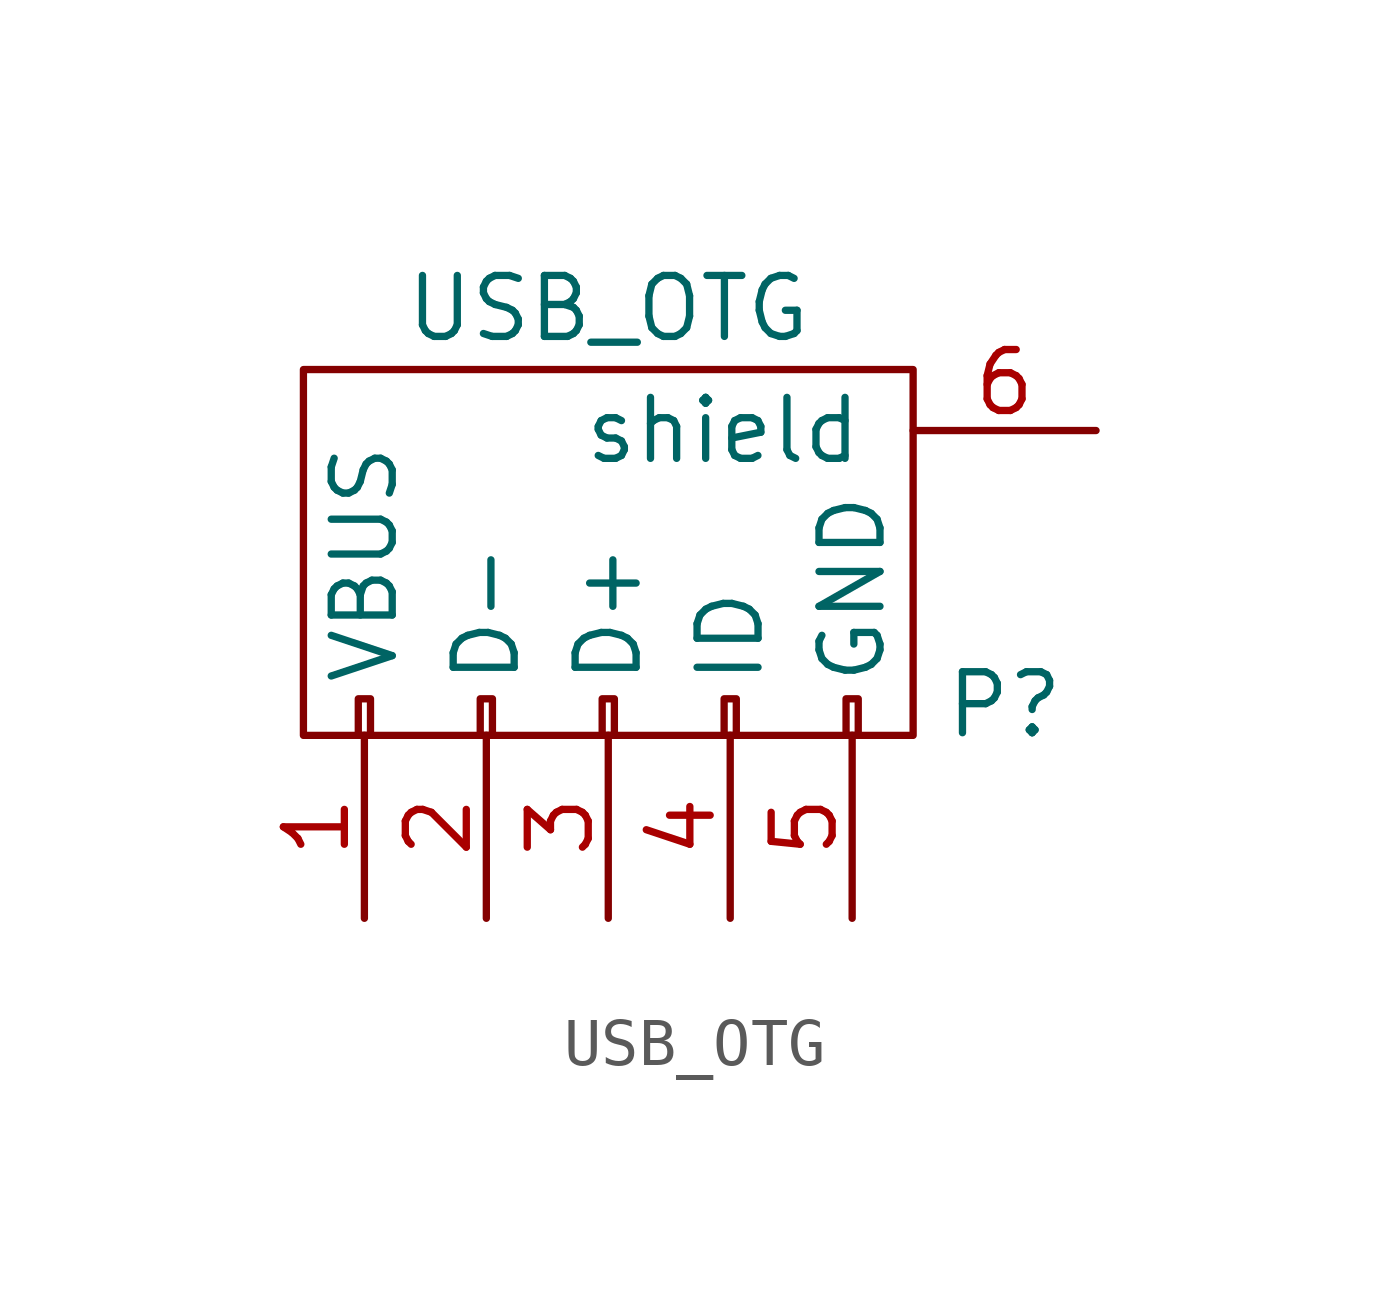
<source format=kicad_sym>
(kicad_symbol_lib
  (version 20211014)
  (generator kicad_symbol_editor)
  (symbol "USB_OTG"
    (pin_names
      (offset 1.016))
    (property "Reference" "P"
      (at 8.255 -3.175 0)
      (effects (font (size 1.27 1.27))))
    (property "Value" "USB_OTG"
      (at 0 5.08 0)
      (effects (font (size 1.27 1.27))))
    (property "Footprint" ""
      (at -1.27 -2.54 90)
      (effects (font (size 1.27 1.27))))
    (property "Datasheet" ""
      (at -1.27 -2.54 90)
      (effects (font (size 1.27 1.27))))
    (symbol "USB_OTG_0_1"
      (rectangle (start -6.35 -3.81) (end 6.35 3.81) (stroke (width 0) (type default) (color 0 0 0 0)) (fill (type none)))
      (rectangle (start -5.207 -3.81) (end -4.953 -3.048) (stroke (width 0) (type default) (color 0 0 0 0)) (fill (type none)))
      (rectangle (start -2.667 -3.81) (end -2.413 -3.048) (stroke (width 0) (type default) (color 0 0 0 0)) (fill (type none)))
      (rectangle (start -0.127 -3.81) (end 0.127 -3.048) (stroke (width 0) (type default) (color 0 0 0 0)) (fill (type none)))
      (rectangle (start 2.413 -3.81) (end 2.667 -3.048) (stroke (width 0) (type default) (color 0 0 0 0)) (fill (type none)))
      (rectangle (start 4.953 -3.81) (end 5.207 -3.048) (stroke (width 0) (type default) (color 0 0 0 0)) (fill (type none))))
    (symbol "USB_OTG_1_1"
      (pin power_out line (at -5.08 -7.62 90) (length 3.81) (name "VBUS" (effects (font (size 1.27 1.27)))) (number "1" (effects (font (size 1.27 1.27)))))
      (pin passive line (at -2.54 -7.62 90) (length 3.81) (name "D-" (effects (font (size 1.27 1.27)))) (number "2" (effects (font (size 1.27 1.27)))))
      (pin passive line (at 0 -7.62 90) (length 3.81) (name "D+" (effects (font (size 1.27 1.27)))) (number "3" (effects (font (size 1.27 1.27)))))
      (pin power_in line (at 2.54 -7.62 90) (length 3.81) (name "ID" (effects (font (size 1.27 1.27)))) (number "4" (effects (font (size 1.27 1.27)))))
      (pin power_in line (at 5.08 -7.62 90) (length 3.81) (name "GND" (effects (font (size 1.27 1.27)))) (number "5" (effects (font (size 1.27 1.27)))))
      (pin passive line (at 10.16 2.54 180) (length 3.81) (name "shield" (effects (font (size 1.27 1.27)))) (number "6" (effects (font (size 1.27 1.27))))))))
</source>
